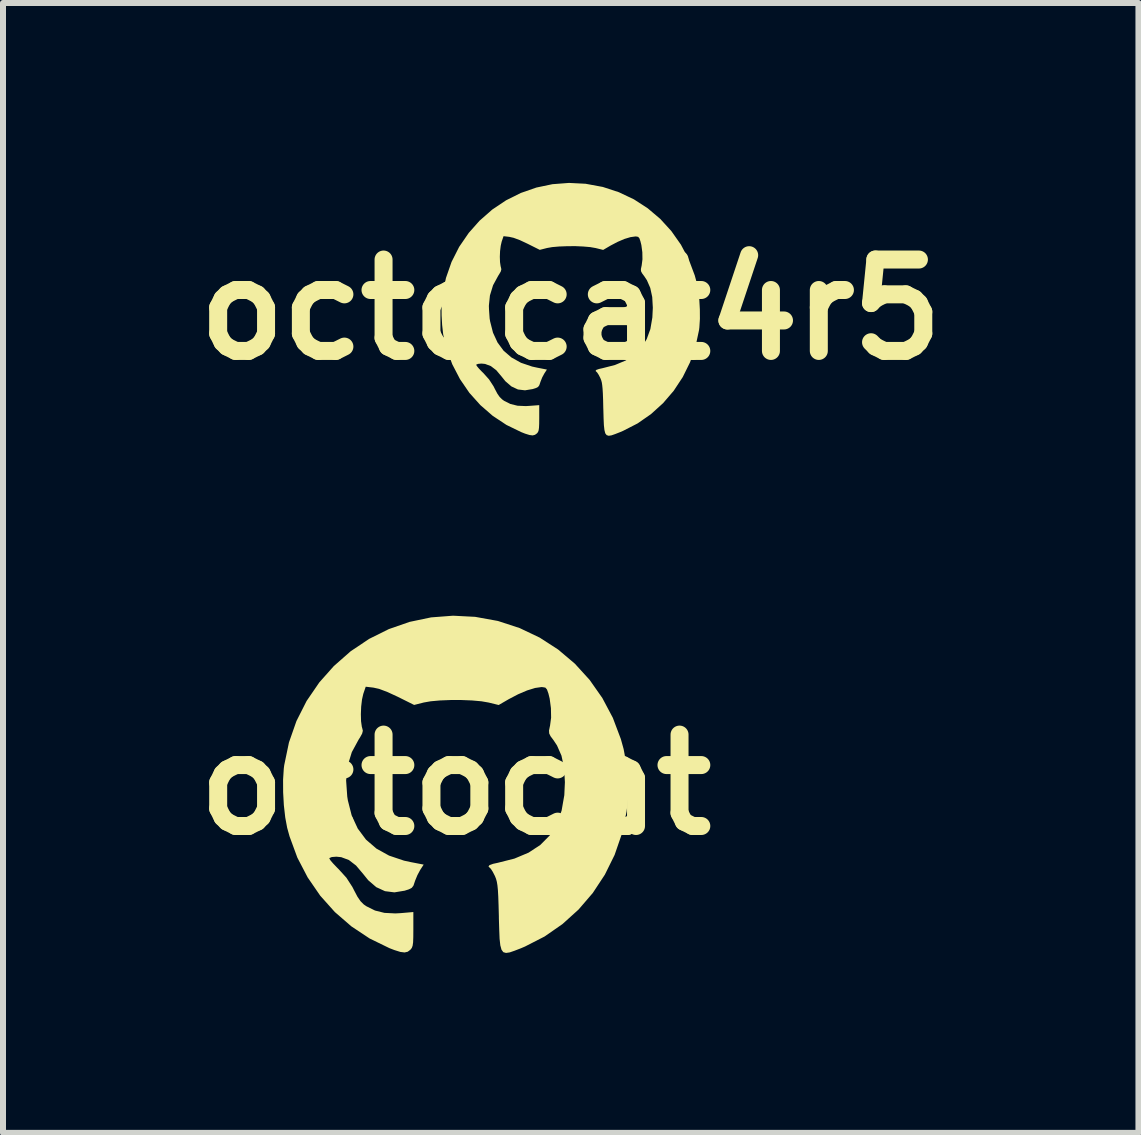
<source format=kicad_pcb>
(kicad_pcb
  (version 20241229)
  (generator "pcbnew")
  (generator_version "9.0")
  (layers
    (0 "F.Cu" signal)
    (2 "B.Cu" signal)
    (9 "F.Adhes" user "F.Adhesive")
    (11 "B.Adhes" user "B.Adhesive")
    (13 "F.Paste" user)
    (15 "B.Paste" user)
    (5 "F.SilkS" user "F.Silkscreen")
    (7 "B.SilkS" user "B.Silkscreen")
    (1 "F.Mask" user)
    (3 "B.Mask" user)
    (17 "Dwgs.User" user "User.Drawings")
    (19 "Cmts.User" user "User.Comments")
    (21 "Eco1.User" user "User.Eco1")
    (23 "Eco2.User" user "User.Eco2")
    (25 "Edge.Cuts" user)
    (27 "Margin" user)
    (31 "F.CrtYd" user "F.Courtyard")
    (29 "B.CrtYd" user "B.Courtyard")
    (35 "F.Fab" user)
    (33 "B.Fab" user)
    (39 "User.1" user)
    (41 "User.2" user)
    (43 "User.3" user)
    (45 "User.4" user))
  (footprint "octocat"
    (layer "F.Cu")
    (at 4.543 10.033)
    (property "Reference" "octocat" (at 0 0 0) (layer "F.SilkS") (effects (font (size 1.524 1.524) (thickness 0.3))))
    (attr board_only exclude_from_pos_files exclude_from_bom)
    (fp_poly (pts (xy 0.33 -2.798) (xy 0.7 -2.731) (xy 0.713 -2.728) (xy 1.071 -2.611) (xy 1.405 -2.452) (xy 1.713 -2.253) (xy 1.992 -2.017) (xy 2.238 -1.747) (xy 2.45 -1.445) (xy 2.625 -1.115) (xy 2.759 -0.76) (xy 2.805 -0.594) (xy 2.837 -0.422) (xy 2.86 -0.219) (xy 2.872 -0.003) (xy 2.873 0.208) (xy 2.861 0.396) (xy 2.854 0.45) (xy 2.776 0.82) (xy 2.655 1.171) (xy 2.492 1.501) (xy 2.291 1.806) (xy 2.054 2.082) (xy 1.785 2.325) (xy 1.487 2.532) (xy 1.161 2.699) (xy 1.093 2.728) (xy 0.987 2.769) (xy 0.906 2.797) (xy 0.844 2.806) (xy 0.799 2.793) (xy 0.769 2.752) (xy 0.749 2.679) (xy 0.737 2.57) (xy 0.731 2.421) (xy 0.725 2.227) (xy 0.725 2.197) (xy 0.72 2.011) (xy 0.715 1.868) (xy 0.709 1.76) (xy 0.701 1.679) (xy 0.691 1.619) (xy 0.678 1.571) (xy 0.661 1.528) (xy 0.659 1.523) (xy 0.623 1.453) (xy 0.591 1.403) (xy 0.578 1.391) (xy 0.552 1.365) (xy 0.568 1.342) (xy 0.629 1.32) (xy 0.707 1.303) (xy 0.984 1.233) (xy 1.22 1.134) (xy 1.415 1.006) (xy 1.572 0.848) (xy 1.69 0.657) (xy 1.771 0.433) (xy 1.816 0.176) (xy 1.826 -0.041) (xy 1.812 -0.28) (xy 1.769 -0.483) (xy 1.694 -0.654) (xy 1.637 -0.74) (xy 1.587 -0.807) (xy 1.564 -0.854) (xy 1.561 -0.902) (xy 1.575 -0.97) (xy 1.578 -0.982) (xy 1.596 -1.117) (xy 1.593 -1.276) (xy 1.572 -1.435) (xy 1.551 -1.52) (xy 1.527 -1.587) (xy 1.5 -1.618) (xy 1.454 -1.626) (xy 1.434 -1.627) (xy 1.329 -1.612) (xy 1.196 -1.571) (xy 1.046 -1.507) (xy 0.893 -1.427) (xy 0.722 -1.328) (xy 0.555 -1.369) (xy 0.434 -1.39) (xy 0.278 -1.404) (xy 0.101 -1.411) (xy -0.082 -1.411) (xy -0.258 -1.404) (xy -0.412 -1.39) (xy -0.526 -1.37) (xy -0.688 -1.329) (xy -0.963 -1.466) (xy -1.134 -1.545) (xy -1.272 -1.597) (xy -1.367 -1.618) (xy -1.495 -1.633) (xy -1.536 -1.513) (xy -1.557 -1.42) (xy -1.571 -1.302) (xy -1.576 -1.175) (xy -1.573 -1.058) (xy -1.56 -0.965) (xy -1.553 -0.941) (xy -1.543 -0.898) (xy -1.555 -0.851) (xy -1.591 -0.786) (xy -1.613 -0.752) (xy -1.727 -0.542) (xy -1.797 -0.315) (xy -1.822 -0.069) (xy -1.803 0.199) (xy -1.793 0.262) (xy -1.729 0.514) (xy -1.628 0.732) (xy -1.491 0.916) (xy -1.317 1.066) (xy -1.106 1.183) (xy -0.857 1.267) (xy -0.746 1.291) (xy -0.529 1.333) (xy -0.588 1.424) (xy -0.634 1.51) (xy -0.673 1.605) (xy -0.678 1.621) (xy -0.699 1.683) (xy -0.727 1.72) (xy -0.777 1.746) (xy -0.846 1.768) (xy -1.017 1.796) (xy -1.174 1.776) (xy -1.32 1.709) (xy -1.454 1.593) (xy -1.537 1.49) (xy -1.656 1.349) (xy -1.777 1.256) (xy -1.904 1.209) (xy -1.985 1.201) (xy -2.061 1.207) (xy -2.099 1.223) (xy -2.102 1.23) (xy -2.085 1.26) (xy -2.04 1.313) (xy -1.974 1.382) (xy -1.944 1.412) (xy -1.817 1.552) (xy -1.717 1.707) (xy -1.689 1.762) (xy -1.632 1.87) (xy -1.581 1.944) (xy -1.527 1.998) (xy -1.483 2.028) (xy -1.34 2.099) (xy -1.183 2.138) (xy -1 2.147) (xy -0.91 2.142) (xy -0.701 2.124) (xy -0.701 2.414) (xy -0.702 2.541) (xy -0.705 2.628) (xy -0.713 2.685) (xy -0.727 2.723) (xy -0.748 2.75) (xy -0.751 2.753) (xy -0.795 2.786) (xy -0.847 2.798) (xy -0.918 2.789) (xy -1.017 2.758) (xy -1.1 2.726) (xy -1.43 2.565) (xy -1.734 2.363) (xy -2.01 2.124) (xy -2.254 1.851) (xy -2.463 1.547) (xy -2.635 1.217) (xy -2.765 0.863) (xy -2.805 0.719) (xy -2.837 0.547) (xy -2.86 0.344) (xy -2.872 0.128) (xy -2.873 -0.083) (xy -2.861 -0.271) (xy -2.854 -0.325) (xy -2.775 -0.704) (xy -2.65 -1.061) (xy -2.481 -1.395) (xy -2.268 -1.706) (xy -2.027 -1.977) (xy -1.745 -2.225) (xy -1.437 -2.431) (xy -1.109 -2.594) (xy -0.763 -2.714) (xy -0.405 -2.789) (xy -0.039 -2.817)) (stroke (width 0) (type solid)) (fill yes) (layer "F.SilkS")))
  (footprint "octocat4r5"
    (layer "F.Cu")
    (at 6.466 2.112)
    (property "Reference" "octocat4r5" (at 0 0 0) (layer "F.SilkS") (effects (font (size 1.524 1.524) (thickness 0.3))))
    (attr board_only exclude_from_pos_files exclude_from_bom)
    (fp_poly (pts (xy 0.248 -2.098) (xy 0.524 -2.047) (xy 0.535 -2.045) (xy 0.803 -1.957) (xy 1.054 -1.838) (xy 1.284 -1.689) (xy 1.493 -1.512) (xy 1.678 -1.309) (xy 1.837 -1.083) (xy 1.968 -0.836) (xy 2.068 -0.57) (xy 2.102 -0.445) (xy 2.127 -0.316) (xy 2.144 -0.164) (xy 2.153 -0.002) (xy 2.154 0.156) (xy 2.145 0.297) (xy 2.14 0.338) (xy 2.081 0.615) (xy 1.99 0.878) (xy 1.868 1.125) (xy 1.717 1.354) (xy 1.54 1.56) (xy 1.338 1.743) (xy 1.115 1.898) (xy 0.871 2.023) (xy 0.819 2.045) (xy 0.74 2.076) (xy 0.679 2.097) (xy 0.633 2.104) (xy 0.599 2.093) (xy 0.576 2.063) (xy 0.562 2.008) (xy 0.553 1.927) (xy 0.548 1.815) (xy 0.544 1.669) (xy 0.543 1.647) (xy 0.54 1.508) (xy 0.536 1.4) (xy 0.531 1.319) (xy 0.525 1.259) (xy 0.518 1.214) (xy 0.508 1.177) (xy 0.495 1.145) (xy 0.494 1.142) (xy 0.467 1.089) (xy 0.443 1.052) (xy 0.434 1.042) (xy 0.414 1.023) (xy 0.426 1.006) (xy 0.472 0.99) (xy 0.53 0.977) (xy 0.737 0.924) (xy 0.914 0.85) (xy 1.061 0.754) (xy 1.178 0.635) (xy 1.267 0.492) (xy 1.328 0.325) (xy 1.361 0.132) (xy 1.369 -0.031) (xy 1.359 -0.21) (xy 1.326 -0.362) (xy 1.27 -0.49) (xy 1.227 -0.555) (xy 1.19 -0.605) (xy 1.172 -0.64) (xy 1.17 -0.676) (xy 1.181 -0.727) (xy 1.183 -0.736) (xy 1.196 -0.838) (xy 1.194 -0.956) (xy 1.178 -1.076) (xy 1.162 -1.14) (xy 1.145 -1.189) (xy 1.124 -1.213) (xy 1.09 -1.219) (xy 1.075 -1.219) (xy 0.996 -1.208) (xy 0.896 -1.178) (xy 0.784 -1.13) (xy 0.669 -1.07) (xy 0.541 -0.995) (xy 0.416 -1.026) (xy 0.325 -1.042) (xy 0.208 -1.052) (xy 0.076 -1.058) (xy -0.062 -1.057) (xy -0.193 -1.052) (xy -0.309 -1.042) (xy -0.394 -1.027) (xy -0.516 -0.996) (xy -0.722 -1.099) (xy -0.85 -1.159) (xy -0.953 -1.197) (xy -1.025 -1.213) (xy -1.12 -1.224) (xy -1.151 -1.134) (xy -1.167 -1.064) (xy -1.178 -0.976) (xy -1.182 -0.881) (xy -1.179 -0.793) (xy -1.169 -0.724) (xy -1.164 -0.705) (xy -1.157 -0.673) (xy -1.165 -0.638) (xy -1.193 -0.589) (xy -1.209 -0.564) (xy -1.295 -0.406) (xy -1.347 -0.236) (xy -1.366 -0.052) (xy -1.352 0.149) (xy -1.344 0.196) (xy -1.296 0.385) (xy -1.22 0.549) (xy -1.118 0.687) (xy -0.987 0.799) (xy -0.829 0.887) (xy -0.643 0.95) (xy -0.56 0.968) (xy -0.397 1) (xy -0.441 1.067) (xy -0.476 1.132) (xy -0.504 1.203) (xy -0.508 1.215) (xy -0.524 1.262) (xy -0.545 1.29) (xy -0.583 1.309) (xy -0.634 1.325) (xy -0.762 1.346) (xy -0.88 1.332) (xy -0.989 1.281) (xy -1.09 1.194) (xy -1.152 1.117) (xy -1.241 1.011) (xy -1.332 0.942) (xy -1.428 0.906) (xy -1.488 0.9) (xy -1.545 0.905) (xy -1.574 0.917) (xy -1.576 0.922) (xy -1.563 0.944) (xy -1.529 0.985) (xy -1.48 1.036) (xy -1.457 1.058) (xy -1.362 1.164) (xy -1.287 1.279) (xy -1.266 1.321) (xy -1.223 1.402) (xy -1.185 1.457) (xy -1.144 1.497) (xy -1.111 1.521) (xy -1.005 1.574) (xy -0.887 1.603) (xy -0.749 1.609) (xy -0.683 1.605) (xy -0.525 1.593) (xy -0.525 1.809) (xy -0.526 1.905) (xy -0.529 1.97) (xy -0.535 2.013) (xy -0.545 2.041) (xy -0.561 2.062) (xy -0.563 2.064) (xy -0.596 2.088) (xy -0.635 2.098) (xy -0.688 2.091) (xy -0.762 2.068) (xy -0.825 2.043) (xy -1.072 1.923) (xy -1.3 1.772) (xy -1.507 1.592) (xy -1.69 1.388) (xy -1.846 1.16) (xy -1.975 0.912) (xy -2.073 0.647) (xy -2.102 0.539) (xy -2.127 0.41) (xy -2.144 0.258) (xy -2.153 0.096) (xy -2.154 -0.062) (xy -2.145 -0.203) (xy -2.14 -0.244) (xy -2.08 -0.528) (xy -1.987 -0.795) (xy -1.86 -1.046) (xy -1.7 -1.279) (xy -1.52 -1.482) (xy -1.308 -1.668) (xy -1.078 -1.822) (xy -0.831 -1.945) (xy -0.572 -2.035) (xy -0.304 -2.091) (xy -0.029 -2.112)) (stroke (width 0) (type solid)) (fill yes) (layer "F.SilkS")))
  (gr_rect
    (start -3 -3)
    (end 15.932 15.839)
    (stroke (width 0.1) (type default))
    (fill no)
    (layer "Edge.Cuts")))
</source>
